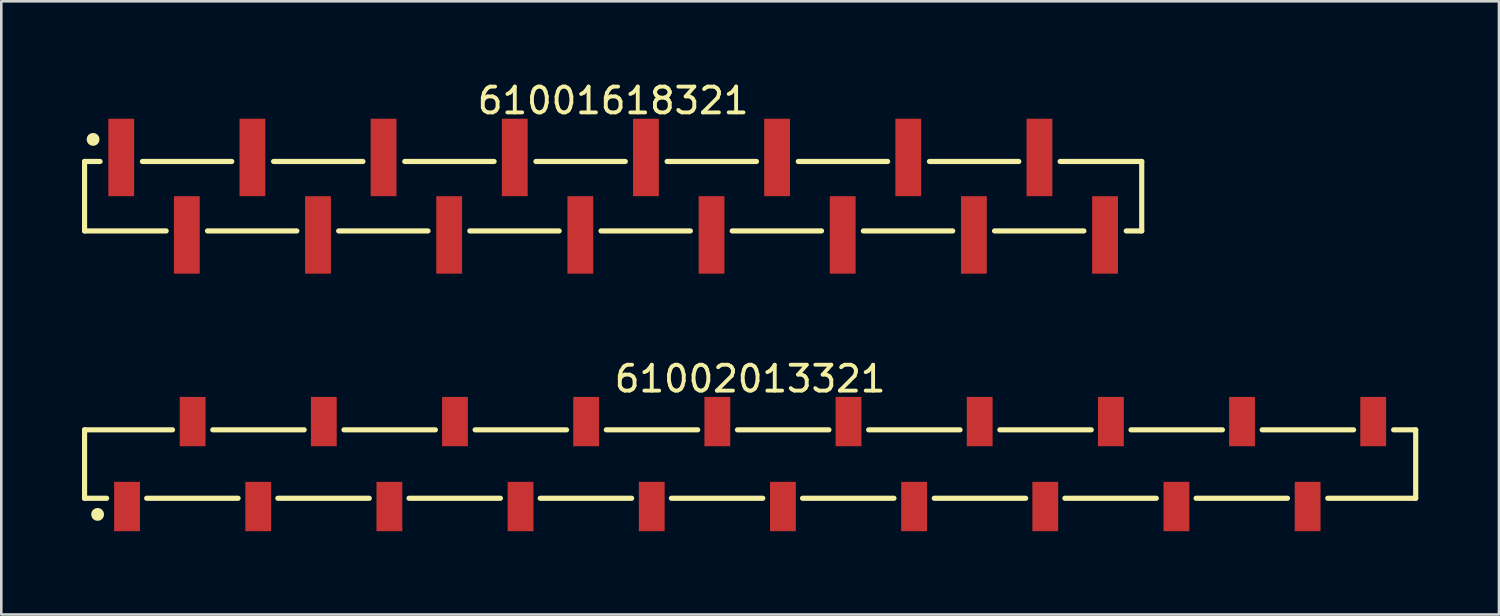
<source format=kicad_pcb>
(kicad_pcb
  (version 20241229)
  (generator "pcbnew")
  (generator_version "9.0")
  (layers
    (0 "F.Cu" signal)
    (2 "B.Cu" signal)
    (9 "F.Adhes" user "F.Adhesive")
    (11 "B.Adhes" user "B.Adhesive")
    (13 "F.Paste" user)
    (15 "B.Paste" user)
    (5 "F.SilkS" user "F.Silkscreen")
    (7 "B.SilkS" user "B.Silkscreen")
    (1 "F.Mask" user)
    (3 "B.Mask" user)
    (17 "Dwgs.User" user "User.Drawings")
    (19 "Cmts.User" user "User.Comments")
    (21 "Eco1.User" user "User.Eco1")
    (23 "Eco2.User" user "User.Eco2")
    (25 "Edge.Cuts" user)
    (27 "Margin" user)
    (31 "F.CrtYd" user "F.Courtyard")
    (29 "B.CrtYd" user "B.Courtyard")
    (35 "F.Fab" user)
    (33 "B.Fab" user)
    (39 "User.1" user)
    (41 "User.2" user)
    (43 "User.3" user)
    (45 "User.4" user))
  (footprint "61001618321"
    (layer "F.Cu")
    (at 20.695 4.548)
    (property "Reference" "61001618321" (at 0 -3.7 0) (layer "F.SilkS") (effects (font (size 1 1) (thickness 0.15))))
    (fp_line (start -20.47 -1.345) (end -19.87 -1.345) (stroke (width 0.2) (type solid)) (layer "F.SilkS"))
    (fp_line (start -20.47 1.345) (end -20.47 -1.345) (stroke (width 0.2) (type solid)) (layer "F.SilkS"))
    (fp_line (start -20.47 1.345) (end -17.31 1.345) (stroke (width 0.2) (type solid)) (layer "F.SilkS"))
    (fp_line (start -18.23 -1.345) (end -14.77 -1.345) (stroke (width 0.2) (type solid)) (layer "F.SilkS"))
    (fp_line (start -15.71 1.345) (end -12.25 1.345) (stroke (width 0.2) (type solid)) (layer "F.SilkS"))
    (fp_line (start -13.15 -1.345) (end -9.69 -1.345) (stroke (width 0.2) (type solid)) (layer "F.SilkS"))
    (fp_line (start -10.63 1.345) (end -7.17 1.345) (stroke (width 0.2) (type solid)) (layer "F.SilkS"))
    (fp_line (start -8.07 -1.345) (end -4.61 -1.345) (stroke (width 0.2) (type solid)) (layer "F.SilkS"))
    (fp_line (start -5.55 1.345) (end -2.09 1.345) (stroke (width 0.2) (type solid)) (layer "F.SilkS"))
    (fp_line (start -2.99 -1.345) (end 0.47 -1.345) (stroke (width 0.2) (type solid)) (layer "F.SilkS"))
    (fp_line (start -0.47 1.345) (end 2.99 1.345) (stroke (width 0.2) (type solid)) (layer "F.SilkS"))
    (fp_line (start 2.09 -1.345) (end 5.55 -1.345) (stroke (width 0.2) (type solid)) (layer "F.SilkS"))
    (fp_line (start 4.61 1.345) (end 8.07 1.345) (stroke (width 0.2) (type solid)) (layer "F.SilkS"))
    (fp_line (start 7.17 -1.345) (end 10.63 -1.345) (stroke (width 0.2) (type solid)) (layer "F.SilkS"))
    (fp_line (start 9.69 1.345) (end 13.15 1.345) (stroke (width 0.2) (type solid)) (layer "F.SilkS"))
    (fp_line (start 12.25 -1.345) (end 15.71 -1.345) (stroke (width 0.2) (type solid)) (layer "F.SilkS"))
    (fp_line (start 14.77 1.345) (end 18.23 1.345) (stroke (width 0.2) (type solid)) (layer "F.SilkS"))
    (fp_line (start 17.31 -1.345) (end 20.47 -1.345) (stroke (width 0.2) (type solid)) (layer "F.SilkS"))
    (fp_line (start 19.87 1.345) (end 20.47 1.345) (stroke (width 0.2) (type solid)) (layer "F.SilkS"))
    (fp_line (start 20.47 1.345) (end 20.47 -1.345) (stroke (width 0.2) (type solid)) (layer "F.SilkS"))
    (fp_circle (center -20.14 -2.2) (end -20.14 -2.325) (stroke (width 0.25) (type solid)) (fill no) (layer "F.SilkS"))
    (fp_line (start -20.67 -3.2) (end 20.67 -3.2) (stroke (width 0.05) (type solid)) (layer "Eco2.User"))
    (fp_line (start -20.67 3.2) (end -20.67 -3.2) (stroke (width 0.05) (type solid)) (layer "Eco2.User"))
    (fp_line (start -20.67 3.2) (end 20.67 3.2) (stroke (width 0.05) (type solid)) (layer "Eco2.User"))
    (fp_line (start -20.32 -1.27) (end 20.32 -1.27) (stroke (width 0.1) (type solid)) (layer "Eco2.User"))
    (fp_line (start -20.32 1.27) (end -20.32 -1.27) (stroke (width 0.1) (type solid)) (layer "Eco2.User"))
    (fp_line (start -20.32 1.27) (end 20.32 1.27) (stroke (width 0.1) (type solid)) (layer "Eco2.User"))
    (fp_line (start -19.37 -2.5) (end -18.73 -2.5) (stroke (width 0.1) (type solid)) (layer "Eco2.User"))
    (fp_line (start -19.37 -1.27) (end -19.37 -2.5) (stroke (width 0.1) (type solid)) (layer "Eco2.User"))
    (fp_line (start -18.73 -1.27) (end -18.73 -2.5) (stroke (width 0.1) (type solid)) (layer "Eco2.User"))
    (fp_line (start -16.83 2.5) (end -16.83 1.27) (stroke (width 0.1) (type solid)) (layer "Eco2.User"))
    (fp_line (start -16.83 2.5) (end -16.19 2.5) (stroke (width 0.1) (type solid)) (layer "Eco2.User"))
    (fp_line (start -16.19 2.5) (end -16.19 1.27) (stroke (width 0.1) (type solid)) (layer "Eco2.User"))
    (fp_line (start -14.29 -2.5) (end -13.65 -2.5) (stroke (width 0.1) (type solid)) (layer "Eco2.User"))
    (fp_line (start -14.29 -1.27) (end -14.29 -2.5) (stroke (width 0.1) (type solid)) (layer "Eco2.User"))
    (fp_line (start -13.65 -1.27) (end -13.65 -2.5) (stroke (width 0.1) (type solid)) (layer "Eco2.User"))
    (fp_line (start -11.75 2.5) (end -11.75 1.27) (stroke (width 0.1) (type solid)) (layer "Eco2.User"))
    (fp_line (start -11.75 2.5) (end -11.11 2.5) (stroke (width 0.1) (type solid)) (layer "Eco2.User"))
    (fp_line (start -11.11 2.5) (end -11.11 1.27) (stroke (width 0.1) (type solid)) (layer "Eco2.User"))
    (fp_line (start -9.21 -2.5) (end -8.57 -2.5) (stroke (width 0.1) (type solid)) (layer "Eco2.User"))
    (fp_line (start -9.21 -1.27) (end -9.21 -2.5) (stroke (width 0.1) (type solid)) (layer "Eco2.User"))
    (fp_line (start -8.57 -1.27) (end -8.57 -2.5) (stroke (width 0.1) (type solid)) (layer "Eco2.User"))
    (fp_line (start -6.67 2.5) (end -6.67 1.27) (stroke (width 0.1) (type solid)) (layer "Eco2.User"))
    (fp_line (start -6.67 2.5) (end -6.03 2.5) (stroke (width 0.1) (type solid)) (layer "Eco2.User"))
    (fp_line (start -6.03 2.5) (end -6.03 1.27) (stroke (width 0.1) (type solid)) (layer "Eco2.User"))
    (fp_line (start -4.13 -2.5) (end -3.49 -2.5) (stroke (width 0.1) (type solid)) (layer "Eco2.User"))
    (fp_line (start -4.13 -1.27) (end -4.13 -2.5) (stroke (width 0.1) (type solid)) (layer "Eco2.User"))
    (fp_line (start -3.49 -1.27) (end -3.49 -2.5) (stroke (width 0.1) (type solid)) (layer "Eco2.User"))
    (fp_line (start -1.59 2.5) (end -1.59 1.27) (stroke (width 0.1) (type solid)) (layer "Eco2.User"))
    (fp_line (start -1.59 2.5) (end -0.95 2.5) (stroke (width 0.1) (type solid)) (layer "Eco2.User"))
    (fp_line (start -0.95 2.5) (end -0.95 1.27) (stroke (width 0.1) (type solid)) (layer "Eco2.User"))
    (fp_line (start -0.5 0) (end 0.5 0) (stroke (width 0.05) (type solid)) (layer "Eco2.User"))
    (fp_line (start 0 0.5) (end 0 -0.5) (stroke (width 0.05) (type solid)) (layer "Eco2.User"))
    (fp_line (start 0.95 -2.5) (end 1.59 -2.5) (stroke (width 0.1) (type solid)) (layer "Eco2.User"))
    (fp_line (start 0.95 -1.27) (end 0.95 -2.5) (stroke (width 0.1) (type solid)) (layer "Eco2.User"))
    (fp_line (start 1.59 -1.27) (end 1.59 -2.5) (stroke (width 0.1) (type solid)) (layer "Eco2.User"))
    (fp_line (start 3.49 2.5) (end 3.49 1.27) (stroke (width 0.1) (type solid)) (layer "Eco2.User"))
    (fp_line (start 3.49 2.5) (end 4.13 2.5) (stroke (width 0.1) (type solid)) (layer "Eco2.User"))
    (fp_line (start 4.13 2.5) (end 4.13 1.27) (stroke (width 0.1) (type solid)) (layer "Eco2.User"))
    (fp_line (start 6.03 -2.5) (end 6.67 -2.5) (stroke (width 0.1) (type solid)) (layer "Eco2.User"))
    (fp_line (start 6.03 -1.27) (end 6.03 -2.5) (stroke (width 0.1) (type solid)) (layer "Eco2.User"))
    (fp_line (start 6.67 -1.27) (end 6.67 -2.5) (stroke (width 0.1) (type solid)) (layer "Eco2.User"))
    (fp_line (start 8.57 2.5) (end 8.57 1.27) (stroke (width 0.1) (type solid)) (layer "Eco2.User"))
    (fp_line (start 8.57 2.5) (end 9.21 2.5) (stroke (width 0.1) (type solid)) (layer "Eco2.User"))
    (fp_line (start 9.21 2.5) (end 9.21 1.27) (stroke (width 0.1) (type solid)) (layer "Eco2.User"))
    (fp_line (start 11.11 -2.5) (end 11.75 -2.5) (stroke (width 0.1) (type solid)) (layer "Eco2.User"))
    (fp_line (start 11.11 -1.27) (end 11.11 -2.5) (stroke (width 0.1) (type solid)) (layer "Eco2.User"))
    (fp_line (start 11.75 -1.27) (end 11.75 -2.5) (stroke (width 0.1) (type solid)) (layer "Eco2.User"))
    (fp_line (start 13.65 2.5) (end 13.65 1.27) (stroke (width 0.1) (type solid)) (layer "Eco2.User"))
    (fp_line (start 13.65 2.5) (end 14.29 2.5) (stroke (width 0.1) (type solid)) (layer "Eco2.User"))
    (fp_line (start 14.29 2.5) (end 14.29 1.27) (stroke (width 0.1) (type solid)) (layer "Eco2.User"))
    (fp_line (start 16.19 -2.5) (end 16.83 -2.5) (stroke (width 0.1) (type solid)) (layer "Eco2.User"))
    (fp_line (start 16.19 -1.27) (end 16.19 -2.5) (stroke (width 0.1) (type solid)) (layer "Eco2.User"))
    (fp_line (start 16.83 -1.27) (end 16.83 -2.5) (stroke (width 0.1) (type solid)) (layer "Eco2.User"))
    (fp_line (start 18.73 2.5) (end 18.73 1.27) (stroke (width 0.1) (type solid)) (layer "Eco2.User"))
    (fp_line (start 18.73 2.5) (end 19.37 2.5) (stroke (width 0.1) (type solid)) (layer "Eco2.User"))
    (fp_line (start 19.37 2.5) (end 19.37 1.27) (stroke (width 0.1) (type solid)) (layer "Eco2.User"))
    (fp_line (start 20.32 1.27) (end 20.32 -1.27) (stroke (width 0.1) (type solid)) (layer "Eco2.User"))
    (fp_line (start 20.67 3.2) (end 20.67 -3.2) (stroke (width 0.05) (type solid)) (layer "Eco2.User"))
    (fp_text user "${REFERENCE}" (at 0.15 -0.197 0) (unlocked yes) (layer "User.3") (effects (font (size 1.5 1.5) (thickness 0.15))))
    (pad "1" smd rect (at -19.05 -1.5) (size 1 3) (layers "F.Cu" "F.Mask" "F.Paste"))
    (pad "2" smd rect (at -16.51 1.5) (size 1 3) (layers "F.Cu" "F.Mask" "F.Paste"))
    (pad "3" smd rect (at -13.97 -1.5) (size 1 3) (layers "F.Cu" "F.Mask" "F.Paste"))
    (pad "4" smd rect (at -11.43 1.5) (size 1 3) (layers "F.Cu" "F.Mask" "F.Paste"))
    (pad "5" smd rect (at -8.89 -1.5) (size 1 3) (layers "F.Cu" "F.Mask" "F.Paste"))
    (pad "6" smd rect (at -6.35 1.5) (size 1 3) (layers "F.Cu" "F.Mask" "F.Paste"))
    (pad "7" smd rect (at -3.81 -1.5) (size 1 3) (layers "F.Cu" "F.Mask" "F.Paste"))
    (pad "8" smd rect (at -1.27 1.5) (size 1 3) (layers "F.Cu" "F.Mask" "F.Paste"))
    (pad "9" smd rect (at 1.27 -1.5) (size 1 3) (layers "F.Cu" "F.Mask" "F.Paste"))
    (pad "10" smd rect (at 3.81 1.5) (size 1 3) (layers "F.Cu" "F.Mask" "F.Paste"))
    (pad "11" smd rect (at 6.35 -1.5) (size 1 3) (layers "F.Cu" "F.Mask" "F.Paste"))
    (pad "12" smd rect (at 8.89 1.5) (size 1 3) (layers "F.Cu" "F.Mask" "F.Paste"))
    (pad "13" smd rect (at 11.43 -1.5) (size 1 3) (layers "F.Cu" "F.Mask" "F.Paste"))
    (pad "14" smd rect (at 13.97 1.5) (size 1 3) (layers "F.Cu" "F.Mask" "F.Paste"))
    (pad "15" smd rect (at 16.51 -1.5) (size 1 3) (layers "F.Cu" "F.Mask" "F.Paste"))
    (pad "16" smd rect (at 19.05 1.5) (size 1 3) (layers "F.Cu" "F.Mask" "F.Paste")))
  (footprint "61002013321"
    (layer "F.Cu")
    (at 26 14.921)
    (property "Reference" "61002013321" (at 0 -3.3 0) (layer "F.SilkS") (effects (font (size 1 1) (thickness 0.15))))
    (fp_line (start -25.775 -1.325) (end -22.37 -1.325) (stroke (width 0.2) (type solid)) (layer "F.SilkS"))
    (fp_line (start -25.775 1.325) (end -25.775 -1.325) (stroke (width 0.2) (type solid)) (layer "F.SilkS"))
    (fp_line (start -25.775 1.325) (end -24.92 1.325) (stroke (width 0.2) (type solid)) (layer "F.SilkS"))
    (fp_line (start -23.37 1.325) (end -19.83 1.325) (stroke (width 0.2) (type solid)) (layer "F.SilkS"))
    (fp_line (start -20.81 -1.325) (end -17.27 -1.325) (stroke (width 0.2) (type solid)) (layer "F.SilkS"))
    (fp_line (start -18.29 1.325) (end -14.75 1.325) (stroke (width 0.2) (type solid)) (layer "F.SilkS"))
    (fp_line (start -15.73 -1.325) (end -12.19 -1.325) (stroke (width 0.2) (type solid)) (layer "F.SilkS"))
    (fp_line (start -13.21 1.325) (end -9.67 1.325) (stroke (width 0.2) (type solid)) (layer "F.SilkS"))
    (fp_line (start -10.65 -1.325) (end -7.11 -1.325) (stroke (width 0.2) (type solid)) (layer "F.SilkS"))
    (fp_line (start -8.13 1.325) (end -4.59 1.325) (stroke (width 0.2) (type solid)) (layer "F.SilkS"))
    (fp_line (start -5.57 -1.325) (end -2.03 -1.325) (stroke (width 0.2) (type solid)) (layer "F.SilkS"))
    (fp_line (start -3.05 1.325) (end 0.49 1.325) (stroke (width 0.2) (type solid)) (layer "F.SilkS"))
    (fp_line (start -0.49 -1.325) (end 3.05 -1.325) (stroke (width 0.2) (type solid)) (layer "F.SilkS"))
    (fp_line (start 2.03 1.325) (end 5.57 1.325) (stroke (width 0.2) (type solid)) (layer "F.SilkS"))
    (fp_line (start 4.59 -1.325) (end 8.13 -1.325) (stroke (width 0.2) (type solid)) (layer "F.SilkS"))
    (fp_line (start 7.13 1.325) (end 10.67 1.325) (stroke (width 0.2) (type solid)) (layer "F.SilkS"))
    (fp_line (start 9.67 -1.325) (end 13.21 -1.325) (stroke (width 0.2) (type solid)) (layer "F.SilkS"))
    (fp_line (start 12.19 1.325) (end 15.73 1.325) (stroke (width 0.2) (type solid)) (layer "F.SilkS"))
    (fp_line (start 14.75 -1.325) (end 18.29 -1.325) (stroke (width 0.2) (type solid)) (layer "F.SilkS"))
    (fp_line (start 17.27 1.325) (end 20.81 1.325) (stroke (width 0.2) (type solid)) (layer "F.SilkS"))
    (fp_line (start 19.83 -1.325) (end 23.37 -1.325) (stroke (width 0.2) (type solid)) (layer "F.SilkS"))
    (fp_line (start 22.37 1.325) (end 25.775 1.325) (stroke (width 0.2) (type solid)) (layer "F.SilkS"))
    (fp_line (start 24.92 -1.325) (end 25.775 -1.325) (stroke (width 0.2) (type solid)) (layer "F.SilkS"))
    (fp_line (start 25.775 1.325) (end 25.775 -1.325) (stroke (width 0.2) (type solid)) (layer "F.SilkS"))
    (fp_circle (center -25.27 1.95) (end -25.27 1.825) (stroke (width 0.25) (type solid)) (fill no) (layer "F.SilkS"))
    (fp_line (start -25.975 -2.8) (end 25.975 -2.8) (stroke (width 0.05) (type solid)) (layer "Eco2.User"))
    (fp_line (start -25.975 2.8) (end -25.975 -2.8) (stroke (width 0.05) (type solid)) (layer "Eco2.User"))
    (fp_line (start -25.975 2.8) (end 25.975 2.8) (stroke (width 0.05) (type solid)) (layer "Eco2.User"))
    (fp_line (start -25.65 -1.25) (end 25.65 -1.25) (stroke (width 0.1) (type solid)) (layer "Eco2.User"))
    (fp_line (start -25.65 1.25) (end -25.65 -1.25) (stroke (width 0.1) (type solid)) (layer "Eco2.User"))
    (fp_line (start -25.65 1.25) (end 25.65 1.25) (stroke (width 0.1) (type solid)) (layer "Eco2.User"))
    (fp_line (start -24.38 2.025) (end -24.38 1.25) (stroke (width 0.1) (type solid)) (layer "Eco2.User"))
    (fp_line (start -24.38 2.025) (end -23.88 2.025) (stroke (width 0.1) (type solid)) (layer "Eco2.User"))
    (fp_line (start -23.88 2.025) (end -23.88 1.25) (stroke (width 0.1) (type solid)) (layer "Eco2.User"))
    (fp_line (start -21.84 -2.025) (end -21.34 -2.025) (stroke (width 0.1) (type solid)) (layer "Eco2.User"))
    (fp_line (start -21.84 -1.25) (end -21.84 -2.025) (stroke (width 0.1) (type solid)) (layer "Eco2.User"))
    (fp_line (start -21.34 -1.25) (end -21.34 -2.025) (stroke (width 0.1) (type solid)) (layer "Eco2.User"))
    (fp_line (start -19.3 2.025) (end -19.3 1.25) (stroke (width 0.1) (type solid)) (layer "Eco2.User"))
    (fp_line (start -19.3 2.025) (end -18.8 2.025) (stroke (width 0.1) (type solid)) (layer "Eco2.User"))
    (fp_line (start -18.8 2.025) (end -18.8 1.25) (stroke (width 0.1) (type solid)) (layer "Eco2.User"))
    (fp_line (start -16.76 -2.025) (end -16.26 -2.025) (stroke (width 0.1) (type solid)) (layer "Eco2.User"))
    (fp_line (start -16.76 -1.25) (end -16.76 -2.025) (stroke (width 0.1) (type solid)) (layer "Eco2.User"))
    (fp_line (start -16.26 -1.25) (end -16.26 -2.025) (stroke (width 0.1) (type solid)) (layer "Eco2.User"))
    (fp_line (start -14.22 2.025) (end -14.22 1.25) (stroke (width 0.1) (type solid)) (layer "Eco2.User"))
    (fp_line (start -14.22 2.025) (end -13.72 2.025) (stroke (width 0.1) (type solid)) (layer "Eco2.User"))
    (fp_line (start -13.72 2.025) (end -13.72 1.25) (stroke (width 0.1) (type solid)) (layer "Eco2.User"))
    (fp_line (start -11.68 -2.025) (end -11.18 -2.025) (stroke (width 0.1) (type solid)) (layer "Eco2.User"))
    (fp_line (start -11.68 -1.25) (end -11.68 -2.025) (stroke (width 0.1) (type solid)) (layer "Eco2.User"))
    (fp_line (start -11.18 -1.25) (end -11.18 -2.025) (stroke (width 0.1) (type solid)) (layer "Eco2.User"))
    (fp_line (start -9.14 2.025) (end -9.14 1.25) (stroke (width 0.1) (type solid)) (layer "Eco2.User"))
    (fp_line (start -9.14 2.025) (end -8.64 2.025) (stroke (width 0.1) (type solid)) (layer "Eco2.User"))
    (fp_line (start -8.64 2.025) (end -8.64 1.25) (stroke (width 0.1) (type solid)) (layer "Eco2.User"))
    (fp_line (start -6.6 -2.025) (end -6.1 -2.025) (stroke (width 0.1) (type solid)) (layer "Eco2.User"))
    (fp_line (start -6.6 -1.25) (end -6.6 -2.025) (stroke (width 0.1) (type solid)) (layer "Eco2.User"))
    (fp_line (start -6.1 -1.25) (end -6.1 -2.025) (stroke (width 0.1) (type solid)) (layer "Eco2.User"))
    (fp_line (start -4.06 2.025) (end -4.06 1.25) (stroke (width 0.1) (type solid)) (layer "Eco2.User"))
    (fp_line (start -4.06 2.025) (end -3.56 2.025) (stroke (width 0.1) (type solid)) (layer "Eco2.User"))
    (fp_line (start -3.56 2.025) (end -3.56 1.25) (stroke (width 0.1) (type solid)) (layer "Eco2.User"))
    (fp_line (start -1.52 -2.025) (end -1.02 -2.025) (stroke (width 0.1) (type solid)) (layer "Eco2.User"))
    (fp_line (start -1.52 -1.25) (end -1.52 -2.025) (stroke (width 0.1) (type solid)) (layer "Eco2.User"))
    (fp_line (start -1.02 -1.25) (end -1.02 -2.025) (stroke (width 0.1) (type solid)) (layer "Eco2.User"))
    (fp_line (start -0.5 0) (end 0.5 0) (stroke (width 0.05) (type solid)) (layer "Eco2.User"))
    (fp_line (start 0 0.5) (end 0 -0.5) (stroke (width 0.05) (type solid)) (layer "Eco2.User"))
    (fp_line (start 1.02 2.025) (end 1.02 1.25) (stroke (width 0.1) (type solid)) (layer "Eco2.User"))
    (fp_line (start 1.02 2.025) (end 1.52 2.025) (stroke (width 0.1) (type solid)) (layer "Eco2.User"))
    (fp_line (start 1.52 2.025) (end 1.52 1.25) (stroke (width 0.1) (type solid)) (layer "Eco2.User"))
    (fp_line (start 3.56 -2.025) (end 4.06 -2.025) (stroke (width 0.1) (type solid)) (layer "Eco2.User"))
    (fp_line (start 3.56 -1.25) (end 3.56 -2.025) (stroke (width 0.1) (type solid)) (layer "Eco2.User"))
    (fp_line (start 4.06 -1.25) (end 4.06 -2.025) (stroke (width 0.1) (type solid)) (layer "Eco2.User"))
    (fp_line (start 6.1 2.025) (end 6.1 1.25) (stroke (width 0.1) (type solid)) (layer "Eco2.User"))
    (fp_line (start 6.1 2.025) (end 6.6 2.025) (stroke (width 0.1) (type solid)) (layer "Eco2.User"))
    (fp_line (start 6.6 2.025) (end 6.6 1.25) (stroke (width 0.1) (type solid)) (layer "Eco2.User"))
    (fp_line (start 8.64 -2.025) (end 9.14 -2.025) (stroke (width 0.1) (type solid)) (layer "Eco2.User"))
    (fp_line (start 8.64 -1.25) (end 8.64 -2.025) (stroke (width 0.1) (type solid)) (layer "Eco2.User"))
    (fp_line (start 9.14 -1.25) (end 9.14 -2.025) (stroke (width 0.1) (type solid)) (layer "Eco2.User"))
    (fp_line (start 11.18 2.025) (end 11.18 1.25) (stroke (width 0.1) (type solid)) (layer "Eco2.User"))
    (fp_line (start 11.18 2.025) (end 11.68 2.025) (stroke (width 0.1) (type solid)) (layer "Eco2.User"))
    (fp_line (start 11.68 2.025) (end 11.68 1.25) (stroke (width 0.1) (type solid)) (layer "Eco2.User"))
    (fp_line (start 13.72 -2.025) (end 14.22 -2.025) (stroke (width 0.1) (type solid)) (layer "Eco2.User"))
    (fp_line (start 13.72 -1.25) (end 13.72 -2.025) (stroke (width 0.1) (type solid)) (layer "Eco2.User"))
    (fp_line (start 14.22 -1.25) (end 14.22 -2.025) (stroke (width 0.1) (type solid)) (layer "Eco2.User"))
    (fp_line (start 16.26 2.025) (end 16.26 1.25) (stroke (width 0.1) (type solid)) (layer "Eco2.User"))
    (fp_line (start 16.26 2.025) (end 16.76 2.025) (stroke (width 0.1) (type solid)) (layer "Eco2.User"))
    (fp_line (start 16.76 2.025) (end 16.76 1.25) (stroke (width 0.1) (type solid)) (layer "Eco2.User"))
    (fp_line (start 18.8 -2.025) (end 19.3 -2.025) (stroke (width 0.1) (type solid)) (layer "Eco2.User"))
    (fp_line (start 18.8 -1.25) (end 18.8 -2.025) (stroke (width 0.1) (type solid)) (layer "Eco2.User"))
    (fp_line (start 19.3 -1.25) (end 19.3 -2.025) (stroke (width 0.1) (type solid)) (layer "Eco2.User"))
    (fp_line (start 21.34 2.025) (end 21.34 1.25) (stroke (width 0.1) (type solid)) (layer "Eco2.User"))
    (fp_line (start 21.34 2.025) (end 21.84 2.025) (stroke (width 0.1) (type solid)) (layer "Eco2.User"))
    (fp_line (start 21.84 2.025) (end 21.84 1.25) (stroke (width 0.1) (type solid)) (layer "Eco2.User"))
    (fp_line (start 23.88 -2.025) (end 24.38 -2.025) (stroke (width 0.1) (type solid)) (layer "Eco2.User"))
    (fp_line (start 23.88 -1.25) (end 23.88 -2.025) (stroke (width 0.1) (type solid)) (layer "Eco2.User"))
    (fp_line (start 24.38 -1.25) (end 24.38 -2.025) (stroke (width 0.1) (type solid)) (layer "Eco2.User"))
    (fp_line (start 25.65 1.25) (end 25.65 -1.25) (stroke (width 0.1) (type solid)) (layer "Eco2.User"))
    (fp_line (start 25.975 2.8) (end 25.975 -2.8) (stroke (width 0.05) (type solid)) (layer "Eco2.User"))
    (fp_text user "${REFERENCE}" (at 0.15 -0.197 0) (unlocked yes) (layer "User.3") (effects (font (size 1.5 1.5) (thickness 0.15))))
    (pad "1" smd rect (at -24.13 1.645 180) (size 1 1.91) (layers "F.Cu" "F.Mask" "F.Paste"))
    (pad "2" smd rect (at -21.59 -1.645 180) (size 1 1.91) (layers "F.Cu" "F.Mask" "F.Paste"))
    (pad "3" smd rect (at -19.05 1.645 180) (size 1 1.91) (layers "F.Cu" "F.Mask" "F.Paste"))
    (pad "4" smd rect (at -16.51 -1.645 180) (size 1 1.91) (layers "F.Cu" "F.Mask" "F.Paste"))
    (pad "5" smd rect (at -13.97 1.645 180) (size 1 1.91) (layers "F.Cu" "F.Mask" "F.Paste"))
    (pad "6" smd rect (at -11.43 -1.645 180) (size 1 1.91) (layers "F.Cu" "F.Mask" "F.Paste"))
    (pad "7" smd rect (at -8.89 1.645 180) (size 1 1.91) (layers "F.Cu" "F.Mask" "F.Paste"))
    (pad "8" smd rect (at -6.35 -1.645 180) (size 1 1.91) (layers "F.Cu" "F.Mask" "F.Paste"))
    (pad "9" smd rect (at -3.81 1.645 180) (size 1 1.91) (layers "F.Cu" "F.Mask" "F.Paste"))
    (pad "10" smd rect (at -1.27 -1.645 180) (size 1 1.91) (layers "F.Cu" "F.Mask" "F.Paste"))
    (pad "11" smd rect (at 1.27 1.645 180) (size 1 1.91) (layers "F.Cu" "F.Mask" "F.Paste"))
    (pad "12" smd rect (at 3.81 -1.645 180) (size 1 1.91) (layers "F.Cu" "F.Mask" "F.Paste"))
    (pad "13" smd rect (at 6.35 1.645 180) (size 1 1.91) (layers "F.Cu" "F.Mask" "F.Paste"))
    (pad "14" smd rect (at 8.89 -1.645 180) (size 1 1.91) (layers "F.Cu" "F.Mask" "F.Paste"))
    (pad "15" smd rect (at 11.43 1.645 180) (size 1 1.91) (layers "F.Cu" "F.Mask" "F.Paste"))
    (pad "16" smd rect (at 13.97 -1.645 180) (size 1 1.91) (layers "F.Cu" "F.Mask" "F.Paste"))
    (pad "17" smd rect (at 16.51 1.645 180) (size 1 1.91) (layers "F.Cu" "F.Mask" "F.Paste"))
    (pad "18" smd rect (at 19.05 -1.645 180) (size 1 1.91) (layers "F.Cu" "F.Mask" "F.Paste"))
    (pad "19" smd rect (at 21.59 1.645 180) (size 1 1.91) (layers "F.Cu" "F.Mask" "F.Paste"))
    (pad "20" smd rect (at 24.13 -1.645 180) (size 1 1.91) (layers "F.Cu" "F.Mask" "F.Paste")))
  (gr_rect
    (start -3 -3)
    (end 55 20.747)
    (stroke (width 0.1) (type default))
    (fill no)
    (layer "Edge.Cuts")))
</source>
